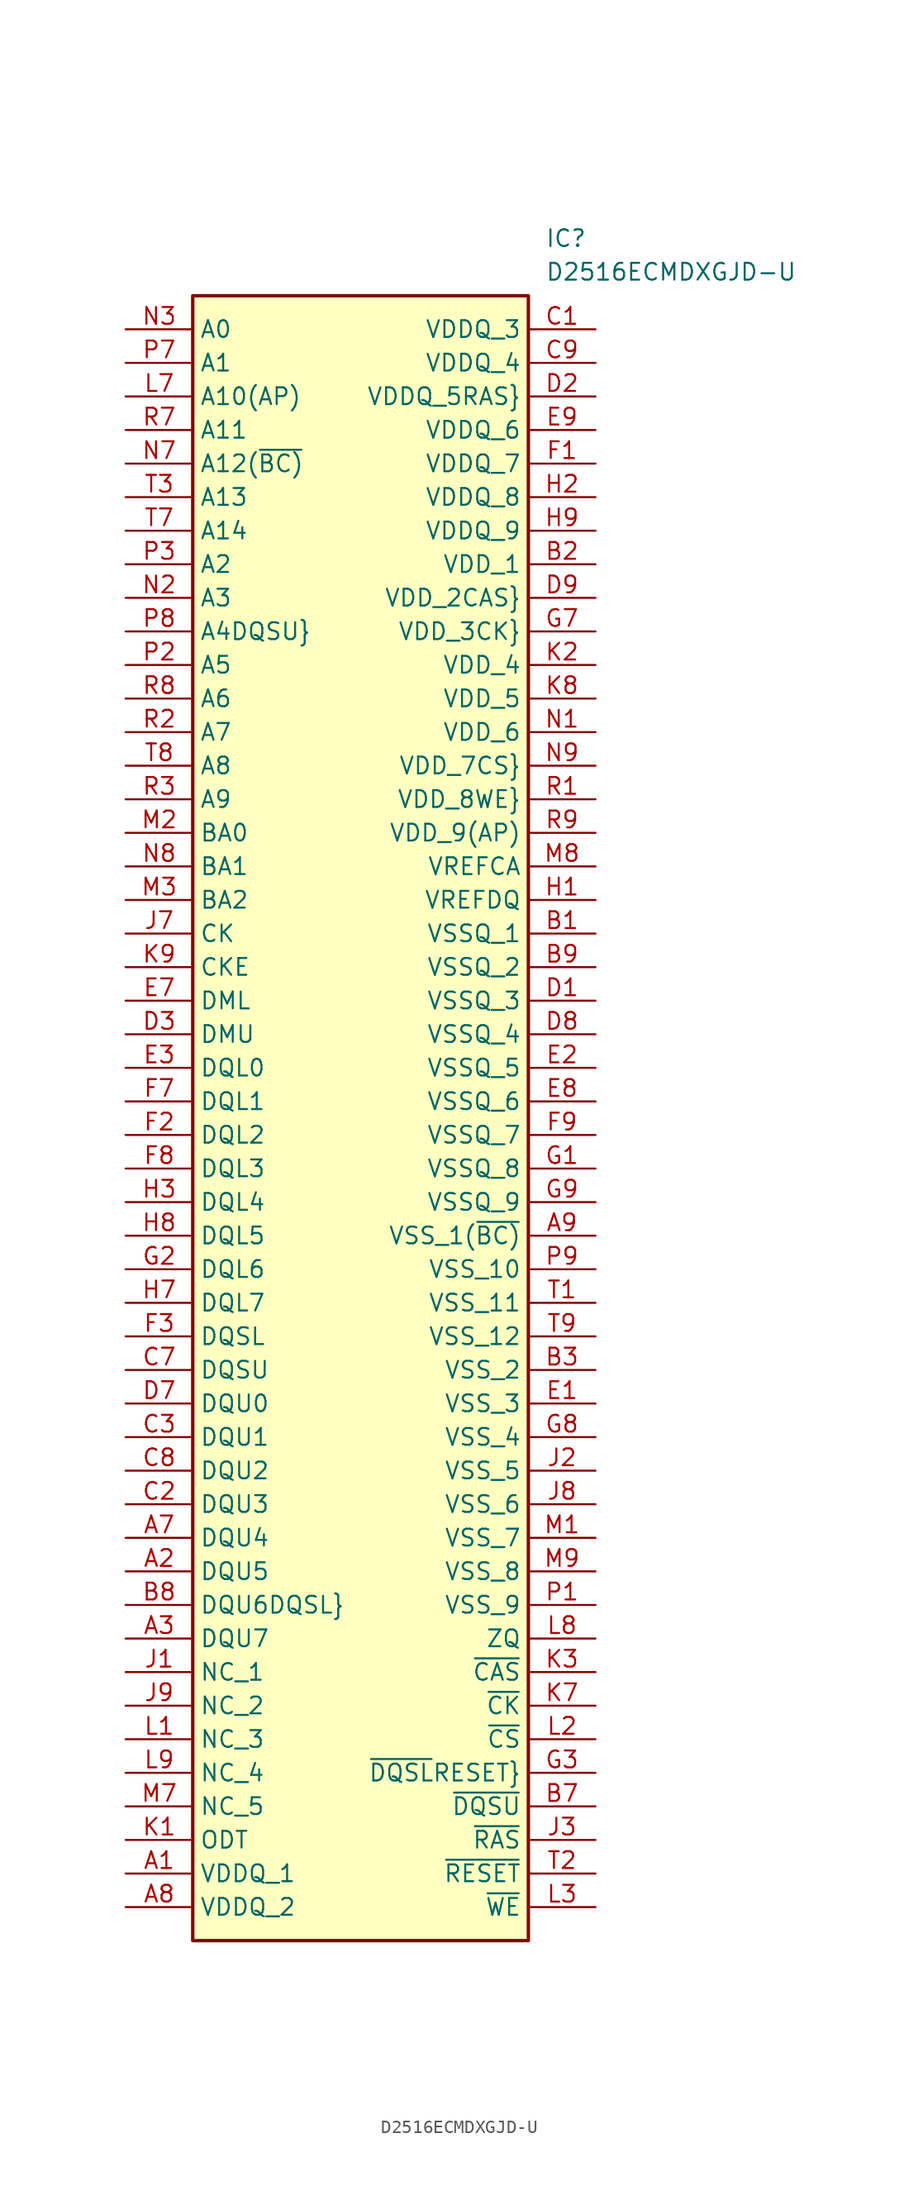
<source format=kicad_sym>
(kicad_symbol_lib
  (version 20211014)
  (generator SamacSys_ECAD_Model)
  (symbol "D2516ECMDXGJD-U"
    (property "Reference" "IC"
      (at 31.75 7.62 0)
      (effects (font (size 1.27 1.27)) (justify left top)))
    (property "Value" "D2516ECMDXGJD-U"
      (at 31.75 5.08 0)
      (effects (font (size 1.27 1.27)) (justify left top)))
    (rectangle
      (start 5.08 2.54)
      (end 30.48 -121.92)
      (stroke (width 0.254) (type default))
      (fill (type background)))
    (pin passive line
      (at 0 0 0)
      (length 5.08)
      (name "A0" (effects (font (size 1.27 1.27))))
      (number "N3" (effects (font (size 1.27 1.27)))))
    (pin passive line
      (at 0 -2.54 0)
      (length 5.08)
      (name "A1" (effects (font (size 1.27 1.27))))
      (number "P7" (effects (font (size 1.27 1.27)))))
    (pin passive line
      (at 0 -5.08 0)
      (length 5.08)
      (name "A10(AP)" (effects (font (size 1.27 1.27))))
      (number "L7" (effects (font (size 1.27 1.27)))))
    (pin passive line
      (at 0 -7.62 0)
      (length 5.08)
      (name "A11" (effects (font (size 1.27 1.27))))
      (number "R7" (effects (font (size 1.27 1.27)))))
    (pin passive line
      (at 0 -10.16 0)
      (length 5.08)
      (name "A12(~{BC)}" (effects (font (size 1.27 1.27))))
      (number "N7" (effects (font (size 1.27 1.27)))))
    (pin passive line
      (at 0 -12.7 0)
      (length 5.08)
      (name "A13" (effects (font (size 1.27 1.27))))
      (number "T3" (effects (font (size 1.27 1.27)))))
    (pin passive line
      (at 0 -15.24 0)
      (length 5.08)
      (name "A14" (effects (font (size 1.27 1.27))))
      (number "T7" (effects (font (size 1.27 1.27)))))
    (pin passive line
      (at 0 -17.78 0)
      (length 5.08)
      (name "A2" (effects (font (size 1.27 1.27))))
      (number "P3" (effects (font (size 1.27 1.27)))))
    (pin passive line
      (at 0 -20.32 0)
      (length 5.08)
      (name "A3" (effects (font (size 1.27 1.27))))
      (number "N2" (effects (font (size 1.27 1.27)))))
    (pin passive line
      (at 0 -22.86 0)
      (length 5.08)
      (name "A4DQSU}" (effects (font (size 1.27 1.27))))
      (number "P8" (effects (font (size 1.27 1.27)))))
    (pin passive line
      (at 0 -25.4 0)
      (length 5.08)
      (name "A5" (effects (font (size 1.27 1.27))))
      (number "P2" (effects (font (size 1.27 1.27)))))
    (pin passive line
      (at 0 -27.94 0)
      (length 5.08)
      (name "A6" (effects (font (size 1.27 1.27))))
      (number "R8" (effects (font (size 1.27 1.27)))))
    (pin passive line
      (at 0 -30.48 0)
      (length 5.08)
      (name "A7" (effects (font (size 1.27 1.27))))
      (number "R2" (effects (font (size 1.27 1.27)))))
    (pin passive line
      (at 0 -33.02 0)
      (length 5.08)
      (name "A8" (effects (font (size 1.27 1.27))))
      (number "T8" (effects (font (size 1.27 1.27)))))
    (pin passive line
      (at 0 -35.56 0)
      (length 5.08)
      (name "A9" (effects (font (size 1.27 1.27))))
      (number "R3" (effects (font (size 1.27 1.27)))))
    (pin passive line
      (at 0 -38.1 0)
      (length 5.08)
      (name "BA0" (effects (font (size 1.27 1.27))))
      (number "M2" (effects (font (size 1.27 1.27)))))
    (pin passive line
      (at 0 -40.64 0)
      (length 5.08)
      (name "BA1" (effects (font (size 1.27 1.27))))
      (number "N8" (effects (font (size 1.27 1.27)))))
    (pin passive line
      (at 0 -43.18 0)
      (length 5.08)
      (name "BA2" (effects (font (size 1.27 1.27))))
      (number "M3" (effects (font (size 1.27 1.27)))))
    (pin passive line
      (at 0 -45.72 0)
      (length 5.08)
      (name "CK" (effects (font (size 1.27 1.27))))
      (number "J7" (effects (font (size 1.27 1.27)))))
    (pin passive line
      (at 0 -48.26 0)
      (length 5.08)
      (name "CKE" (effects (font (size 1.27 1.27))))
      (number "K9" (effects (font (size 1.27 1.27)))))
    (pin passive line
      (at 0 -50.8 0)
      (length 5.08)
      (name "DML" (effects (font (size 1.27 1.27))))
      (number "E7" (effects (font (size 1.27 1.27)))))
    (pin passive line
      (at 0 -53.34 0)
      (length 5.08)
      (name "DMU" (effects (font (size 1.27 1.27))))
      (number "D3" (effects (font (size 1.27 1.27)))))
    (pin passive line
      (at 0 -55.88 0)
      (length 5.08)
      (name "DQL0" (effects (font (size 1.27 1.27))))
      (number "E3" (effects (font (size 1.27 1.27)))))
    (pin passive line
      (at 0 -58.42 0)
      (length 5.08)
      (name "DQL1" (effects (font (size 1.27 1.27))))
      (number "F7" (effects (font (size 1.27 1.27)))))
    (pin passive line
      (at 0 -60.96 0)
      (length 5.08)
      (name "DQL2" (effects (font (size 1.27 1.27))))
      (number "F2" (effects (font (size 1.27 1.27)))))
    (pin passive line
      (at 0 -63.5 0)
      (length 5.08)
      (name "DQL3" (effects (font (size 1.27 1.27))))
      (number "F8" (effects (font (size 1.27 1.27)))))
    (pin passive line
      (at 0 -66.04 0)
      (length 5.08)
      (name "DQL4" (effects (font (size 1.27 1.27))))
      (number "H3" (effects (font (size 1.27 1.27)))))
    (pin passive line
      (at 0 -68.58 0)
      (length 5.08)
      (name "DQL5" (effects (font (size 1.27 1.27))))
      (number "H8" (effects (font (size 1.27 1.27)))))
    (pin passive line
      (at 0 -71.12 0)
      (length 5.08)
      (name "DQL6" (effects (font (size 1.27 1.27))))
      (number "G2" (effects (font (size 1.27 1.27)))))
    (pin passive line
      (at 0 -73.66 0)
      (length 5.08)
      (name "DQL7" (effects (font (size 1.27 1.27))))
      (number "H7" (effects (font (size 1.27 1.27)))))
    (pin passive line
      (at 0 -76.2 0)
      (length 5.08)
      (name "DQSL" (effects (font (size 1.27 1.27))))
      (number "F3" (effects (font (size 1.27 1.27)))))
    (pin passive line
      (at 0 -78.74 0)
      (length 5.08)
      (name "DQSU" (effects (font (size 1.27 1.27))))
      (number "C7" (effects (font (size 1.27 1.27)))))
    (pin passive line
      (at 0 -81.28 0)
      (length 5.08)
      (name "DQU0" (effects (font (size 1.27 1.27))))
      (number "D7" (effects (font (size 1.27 1.27)))))
    (pin passive line
      (at 0 -83.82 0)
      (length 5.08)
      (name "DQU1" (effects (font (size 1.27 1.27))))
      (number "C3" (effects (font (size 1.27 1.27)))))
    (pin passive line
      (at 0 -86.36 0)
      (length 5.08)
      (name "DQU2" (effects (font (size 1.27 1.27))))
      (number "C8" (effects (font (size 1.27 1.27)))))
    (pin passive line
      (at 0 -88.9 0)
      (length 5.08)
      (name "DQU3" (effects (font (size 1.27 1.27))))
      (number "C2" (effects (font (size 1.27 1.27)))))
    (pin passive line
      (at 0 -91.44 0)
      (length 5.08)
      (name "DQU4" (effects (font (size 1.27 1.27))))
      (number "A7" (effects (font (size 1.27 1.27)))))
    (pin passive line
      (at 0 -93.98 0)
      (length 5.08)
      (name "DQU5" (effects (font (size 1.27 1.27))))
      (number "A2" (effects (font (size 1.27 1.27)))))
    (pin passive line
      (at 0 -96.52 0)
      (length 5.08)
      (name "DQU6DQSL}" (effects (font (size 1.27 1.27))))
      (number "B8" (effects (font (size 1.27 1.27)))))
    (pin passive line
      (at 0 -99.06 0)
      (length 5.08)
      (name "DQU7" (effects (font (size 1.27 1.27))))
      (number "A3" (effects (font (size 1.27 1.27)))))
    (pin passive line
      (at 0 -101.6 0)
      (length 5.08)
      (name "NC_1" (effects (font (size 1.27 1.27))))
      (number "J1" (effects (font (size 1.27 1.27)))))
    (pin passive line
      (at 0 -104.14 0)
      (length 5.08)
      (name "NC_2" (effects (font (size 1.27 1.27))))
      (number "J9" (effects (font (size 1.27 1.27)))))
    (pin passive line
      (at 0 -106.68 0)
      (length 5.08)
      (name "NC_3" (effects (font (size 1.27 1.27))))
      (number "L1" (effects (font (size 1.27 1.27)))))
    (pin passive line
      (at 0 -109.22 0)
      (length 5.08)
      (name "NC_4" (effects (font (size 1.27 1.27))))
      (number "L9" (effects (font (size 1.27 1.27)))))
    (pin passive line
      (at 0 -111.76 0)
      (length 5.08)
      (name "NC_5" (effects (font (size 1.27 1.27))))
      (number "M7" (effects (font (size 1.27 1.27)))))
    (pin passive line
      (at 0 -114.3 0)
      (length 5.08)
      (name "ODT" (effects (font (size 1.27 1.27))))
      (number "K1" (effects (font (size 1.27 1.27)))))
    (pin passive line
      (at 0 -116.84 0)
      (length 5.08)
      (name "VDDQ_1" (effects (font (size 1.27 1.27))))
      (number "A1" (effects (font (size 1.27 1.27)))))
    (pin passive line
      (at 0 -119.38 0)
      (length 5.08)
      (name "VDDQ_2" (effects (font (size 1.27 1.27))))
      (number "A8" (effects (font (size 1.27 1.27)))))
    (pin passive line
      (at 35.56 0 180)
      (length 5.08)
      (name "VDDQ_3" (effects (font (size 1.27 1.27))))
      (number "C1" (effects (font (size 1.27 1.27)))))
    (pin passive line
      (at 35.56 -2.54 180)
      (length 5.08)
      (name "VDDQ_4" (effects (font (size 1.27 1.27))))
      (number "C9" (effects (font (size 1.27 1.27)))))
    (pin passive line
      (at 35.56 -5.08 180)
      (length 5.08)
      (name "VDDQ_5RAS}" (effects (font (size 1.27 1.27))))
      (number "D2" (effects (font (size 1.27 1.27)))))
    (pin passive line
      (at 35.56 -7.62 180)
      (length 5.08)
      (name "VDDQ_6" (effects (font (size 1.27 1.27))))
      (number "E9" (effects (font (size 1.27 1.27)))))
    (pin passive line
      (at 35.56 -10.16 180)
      (length 5.08)
      (name "VDDQ_7" (effects (font (size 1.27 1.27))))
      (number "F1" (effects (font (size 1.27 1.27)))))
    (pin passive line
      (at 35.56 -12.7 180)
      (length 5.08)
      (name "VDDQ_8" (effects (font (size 1.27 1.27))))
      (number "H2" (effects (font (size 1.27 1.27)))))
    (pin passive line
      (at 35.56 -15.24 180)
      (length 5.08)
      (name "VDDQ_9" (effects (font (size 1.27 1.27))))
      (number "H9" (effects (font (size 1.27 1.27)))))
    (pin passive line
      (at 35.56 -17.78 180)
      (length 5.08)
      (name "VDD_1" (effects (font (size 1.27 1.27))))
      (number "B2" (effects (font (size 1.27 1.27)))))
    (pin passive line
      (at 35.56 -20.32 180)
      (length 5.08)
      (name "VDD_2CAS}" (effects (font (size 1.27 1.27))))
      (number "D9" (effects (font (size 1.27 1.27)))))
    (pin passive line
      (at 35.56 -22.86 180)
      (length 5.08)
      (name "VDD_3CK}" (effects (font (size 1.27 1.27))))
      (number "G7" (effects (font (size 1.27 1.27)))))
    (pin passive line
      (at 35.56 -25.4 180)
      (length 5.08)
      (name "VDD_4" (effects (font (size 1.27 1.27))))
      (number "K2" (effects (font (size 1.27 1.27)))))
    (pin passive line
      (at 35.56 -27.94 180)
      (length 5.08)
      (name "VDD_5" (effects (font (size 1.27 1.27))))
      (number "K8" (effects (font (size 1.27 1.27)))))
    (pin passive line
      (at 35.56 -30.48 180)
      (length 5.08)
      (name "VDD_6" (effects (font (size 1.27 1.27))))
      (number "N1" (effects (font (size 1.27 1.27)))))
    (pin passive line
      (at 35.56 -33.02 180)
      (length 5.08)
      (name "VDD_7CS}" (effects (font (size 1.27 1.27))))
      (number "N9" (effects (font (size 1.27 1.27)))))
    (pin passive line
      (at 35.56 -35.56 180)
      (length 5.08)
      (name "VDD_8WE}" (effects (font (size 1.27 1.27))))
      (number "R1" (effects (font (size 1.27 1.27)))))
    (pin passive line
      (at 35.56 -38.1 180)
      (length 5.08)
      (name "VDD_9(AP)" (effects (font (size 1.27 1.27))))
      (number "R9" (effects (font (size 1.27 1.27)))))
    (pin passive line
      (at 35.56 -40.64 180)
      (length 5.08)
      (name "VREFCA" (effects (font (size 1.27 1.27))))
      (number "M8" (effects (font (size 1.27 1.27)))))
    (pin passive line
      (at 35.56 -43.18 180)
      (length 5.08)
      (name "VREFDQ" (effects (font (size 1.27 1.27))))
      (number "H1" (effects (font (size 1.27 1.27)))))
    (pin passive line
      (at 35.56 -45.72 180)
      (length 5.08)
      (name "VSSQ_1" (effects (font (size 1.27 1.27))))
      (number "B1" (effects (font (size 1.27 1.27)))))
    (pin passive line
      (at 35.56 -48.26 180)
      (length 5.08)
      (name "VSSQ_2" (effects (font (size 1.27 1.27))))
      (number "B9" (effects (font (size 1.27 1.27)))))
    (pin passive line
      (at 35.56 -50.8 180)
      (length 5.08)
      (name "VSSQ_3" (effects (font (size 1.27 1.27))))
      (number "D1" (effects (font (size 1.27 1.27)))))
    (pin passive line
      (at 35.56 -53.34 180)
      (length 5.08)
      (name "VSSQ_4" (effects (font (size 1.27 1.27))))
      (number "D8" (effects (font (size 1.27 1.27)))))
    (pin passive line
      (at 35.56 -55.88 180)
      (length 5.08)
      (name "VSSQ_5" (effects (font (size 1.27 1.27))))
      (number "E2" (effects (font (size 1.27 1.27)))))
    (pin passive line
      (at 35.56 -58.42 180)
      (length 5.08)
      (name "VSSQ_6" (effects (font (size 1.27 1.27))))
      (number "E8" (effects (font (size 1.27 1.27)))))
    (pin passive line
      (at 35.56 -60.96 180)
      (length 5.08)
      (name "VSSQ_7" (effects (font (size 1.27 1.27))))
      (number "F9" (effects (font (size 1.27 1.27)))))
    (pin passive line
      (at 35.56 -63.5 180)
      (length 5.08)
      (name "VSSQ_8" (effects (font (size 1.27 1.27))))
      (number "G1" (effects (font (size 1.27 1.27)))))
    (pin passive line
      (at 35.56 -66.04 180)
      (length 5.08)
      (name "VSSQ_9" (effects (font (size 1.27 1.27))))
      (number "G9" (effects (font (size 1.27 1.27)))))
    (pin passive line
      (at 35.56 -68.58 180)
      (length 5.08)
      (name "VSS_1(~{BC)}" (effects (font (size 1.27 1.27))))
      (number "A9" (effects (font (size 1.27 1.27)))))
    (pin passive line
      (at 35.56 -71.12 180)
      (length 5.08)
      (name "VSS_10" (effects (font (size 1.27 1.27))))
      (number "P9" (effects (font (size 1.27 1.27)))))
    (pin passive line
      (at 35.56 -73.66 180)
      (length 5.08)
      (name "VSS_11" (effects (font (size 1.27 1.27))))
      (number "T1" (effects (font (size 1.27 1.27)))))
    (pin passive line
      (at 35.56 -76.2 180)
      (length 5.08)
      (name "VSS_12" (effects (font (size 1.27 1.27))))
      (number "T9" (effects (font (size 1.27 1.27)))))
    (pin passive line
      (at 35.56 -78.74 180)
      (length 5.08)
      (name "VSS_2" (effects (font (size 1.27 1.27))))
      (number "B3" (effects (font (size 1.27 1.27)))))
    (pin passive line
      (at 35.56 -81.28 180)
      (length 5.08)
      (name "VSS_3" (effects (font (size 1.27 1.27))))
      (number "E1" (effects (font (size 1.27 1.27)))))
    (pin passive line
      (at 35.56 -83.82 180)
      (length 5.08)
      (name "VSS_4" (effects (font (size 1.27 1.27))))
      (number "G8" (effects (font (size 1.27 1.27)))))
    (pin passive line
      (at 35.56 -86.36 180)
      (length 5.08)
      (name "VSS_5" (effects (font (size 1.27 1.27))))
      (number "J2" (effects (font (size 1.27 1.27)))))
    (pin passive line
      (at 35.56 -88.9 180)
      (length 5.08)
      (name "VSS_6" (effects (font (size 1.27 1.27))))
      (number "J8" (effects (font (size 1.27 1.27)))))
    (pin passive line
      (at 35.56 -91.44 180)
      (length 5.08)
      (name "VSS_7" (effects (font (size 1.27 1.27))))
      (number "M1" (effects (font (size 1.27 1.27)))))
    (pin passive line
      (at 35.56 -93.98 180)
      (length 5.08)
      (name "VSS_8" (effects (font (size 1.27 1.27))))
      (number "M9" (effects (font (size 1.27 1.27)))))
    (pin passive line
      (at 35.56 -96.52 180)
      (length 5.08)
      (name "VSS_9" (effects (font (size 1.27 1.27))))
      (number "P1" (effects (font (size 1.27 1.27)))))
    (pin passive line
      (at 35.56 -99.06 180)
      (length 5.08)
      (name "ZQ" (effects (font (size 1.27 1.27))))
      (number "L8" (effects (font (size 1.27 1.27)))))
    (pin passive line
      (at 35.56 -101.6 180)
      (length 5.08)
      (name "~{CAS}" (effects (font (size 1.27 1.27))))
      (number "K3" (effects (font (size 1.27 1.27)))))
    (pin passive line
      (at 35.56 -104.14 180)
      (length 5.08)
      (name "~{CK}" (effects (font (size 1.27 1.27))))
      (number "K7" (effects (font (size 1.27 1.27)))))
    (pin passive line
      (at 35.56 -106.68 180)
      (length 5.08)
      (name "~{CS}" (effects (font (size 1.27 1.27))))
      (number "L2" (effects (font (size 1.27 1.27)))))
    (pin passive line
      (at 35.56 -109.22 180)
      (length 5.08)
      (name "~{DQSL}RESET}" (effects (font (size 1.27 1.27))))
      (number "G3" (effects (font (size 1.27 1.27)))))
    (pin passive line
      (at 35.56 -111.76 180)
      (length 5.08)
      (name "~{DQSU}" (effects (font (size 1.27 1.27))))
      (number "B7" (effects (font (size 1.27 1.27)))))
    (pin passive line
      (at 35.56 -114.3 180)
      (length 5.08)
      (name "~{RAS}" (effects (font (size 1.27 1.27))))
      (number "J3" (effects (font (size 1.27 1.27)))))
    (pin passive line
      (at 35.56 -116.84 180)
      (length 5.08)
      (name "~{RESET}" (effects (font (size 1.27 1.27))))
      (number "T2" (effects (font (size 1.27 1.27)))))
    (pin passive line
      (at 35.56 -119.38 180)
      (length 5.08)
      (name "~{WE}" (effects (font (size 1.27 1.27))))
      (number "L3" (effects (font (size 1.27 1.27)))))))
</source>
